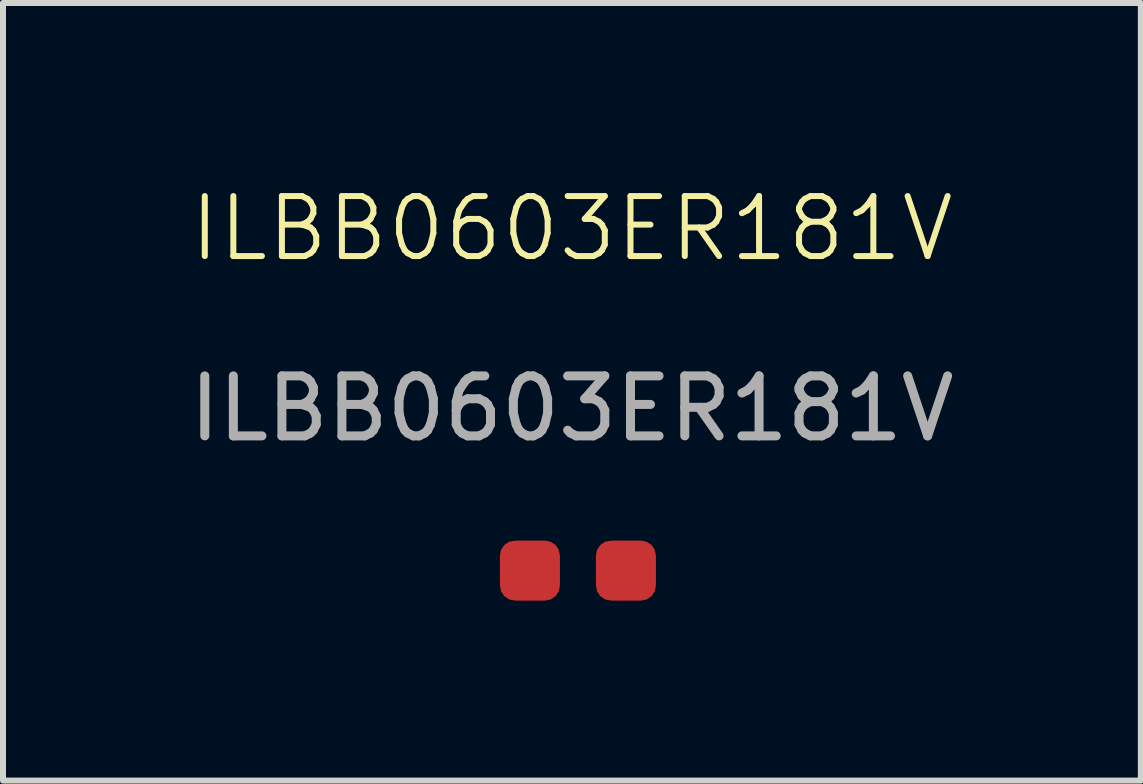
<source format=kicad_pcb>
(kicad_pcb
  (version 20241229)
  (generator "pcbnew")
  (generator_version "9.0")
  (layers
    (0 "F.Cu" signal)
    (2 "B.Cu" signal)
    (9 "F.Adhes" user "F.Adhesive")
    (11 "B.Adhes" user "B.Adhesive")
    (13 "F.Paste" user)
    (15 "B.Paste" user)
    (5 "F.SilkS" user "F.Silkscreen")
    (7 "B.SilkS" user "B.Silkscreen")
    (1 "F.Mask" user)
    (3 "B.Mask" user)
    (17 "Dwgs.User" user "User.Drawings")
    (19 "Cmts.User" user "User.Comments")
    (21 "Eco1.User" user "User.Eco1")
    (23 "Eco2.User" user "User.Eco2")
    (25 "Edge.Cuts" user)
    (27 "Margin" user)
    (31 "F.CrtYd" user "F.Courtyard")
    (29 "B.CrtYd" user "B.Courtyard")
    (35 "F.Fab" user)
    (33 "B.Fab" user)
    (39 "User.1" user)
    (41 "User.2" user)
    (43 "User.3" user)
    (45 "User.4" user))
  (footprint "ILBB0603ER181V"
    (layer "F.Cu")
    (at 6.582 6.46)
    (property "Reference" "ILBB0603ER181V" (at -0.1 -5.7 0) (unlocked yes) (layer "F.SilkS") (effects (font (size 1 1) (thickness 0.1))))
    (attr smd)
    (fp_text user "${REFERENCE}" (at -0.1 -2.7 0) (unlocked yes) (layer "F.Fab") (effects (font (size 1 1) (thickness 0.15))))
    (pad "1" smd roundrect (at -0.8 0) (size 1 1) (layers "F.Cu" "F.Mask" "F.Paste") (roundrect_rratio 0.25))
    (pad "2" smd roundrect (at 0.8 0) (size 1 1) (layers "F.Cu" "F.Mask" "F.Paste") (roundrect_rratio 0.25)))
  (gr_rect
    (start -3 -3)
    (end 15.964 9.96)
    (stroke (width 0.1) (type default))
    (fill no)
    (layer "Edge.Cuts")))
</source>
